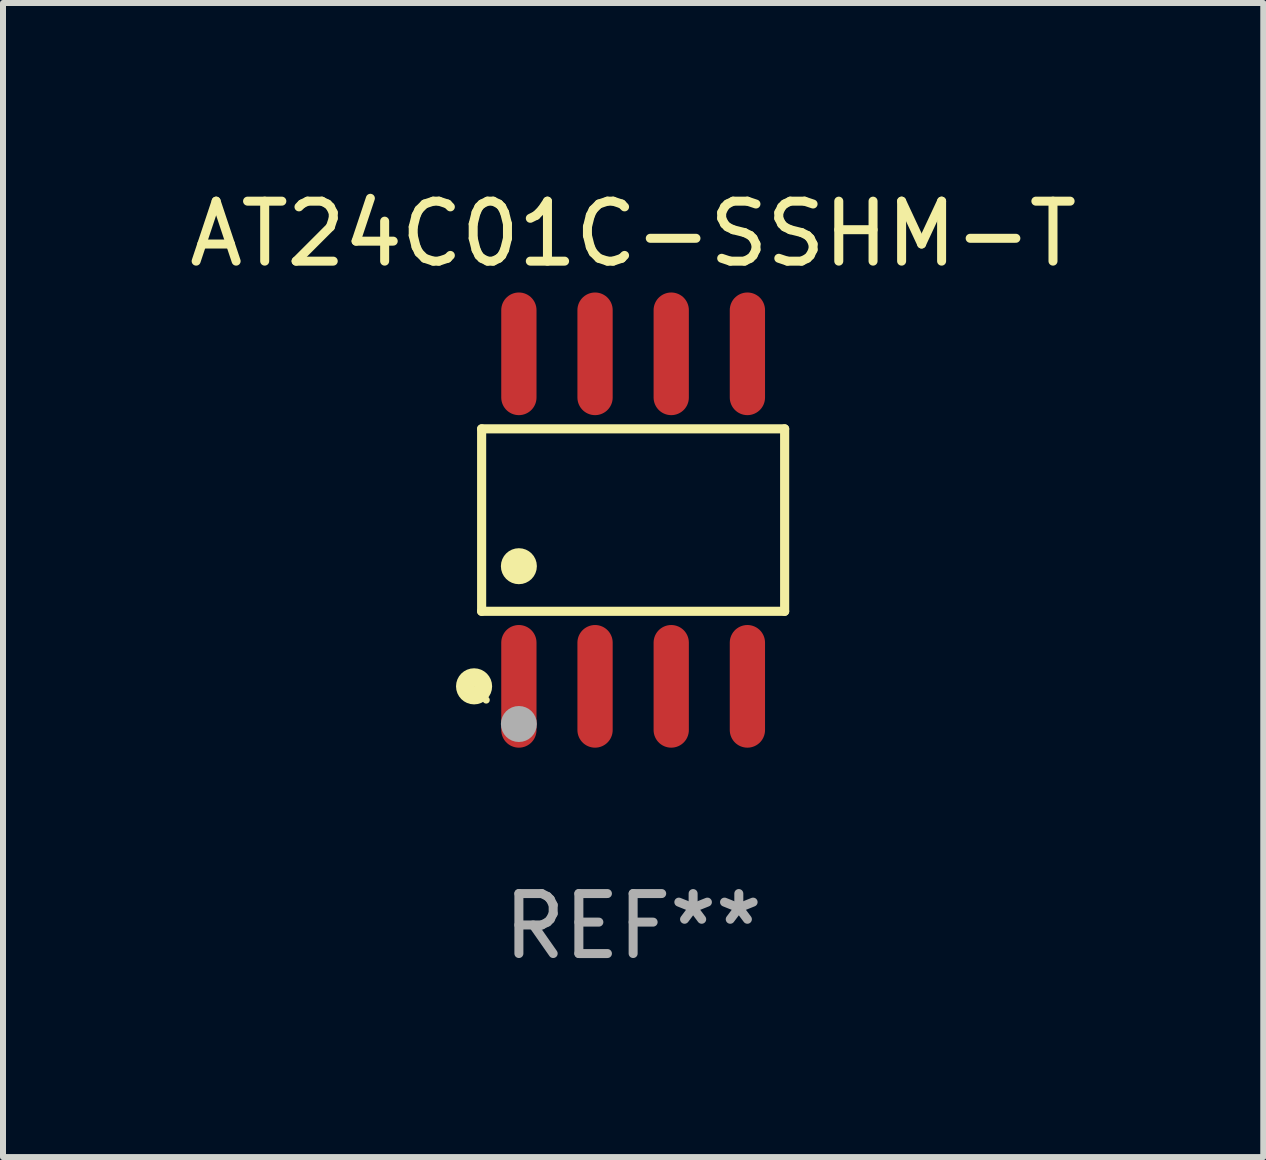
<source format=kicad_pcb>
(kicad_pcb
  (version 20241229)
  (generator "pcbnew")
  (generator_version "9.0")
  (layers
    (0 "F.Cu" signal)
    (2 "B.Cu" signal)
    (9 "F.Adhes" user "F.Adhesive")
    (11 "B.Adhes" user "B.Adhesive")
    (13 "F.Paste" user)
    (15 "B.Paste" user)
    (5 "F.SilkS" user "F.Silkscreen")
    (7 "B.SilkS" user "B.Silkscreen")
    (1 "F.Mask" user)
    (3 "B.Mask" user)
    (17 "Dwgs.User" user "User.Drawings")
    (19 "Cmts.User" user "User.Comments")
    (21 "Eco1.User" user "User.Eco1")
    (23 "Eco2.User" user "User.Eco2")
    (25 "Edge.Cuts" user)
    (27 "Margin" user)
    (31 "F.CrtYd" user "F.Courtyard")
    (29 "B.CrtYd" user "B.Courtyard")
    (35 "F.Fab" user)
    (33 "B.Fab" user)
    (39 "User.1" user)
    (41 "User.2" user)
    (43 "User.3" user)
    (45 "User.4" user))
  (footprint "AT24C01C-SSHM-T"
    (layer "F.Cu")
    (at 7.506 5.621)
    (property "Reference" "AT24C01C-SSHM-T" (at 0 -4.772 0) (layer "F.SilkS") (effects (font (size 1 1) (thickness 0.15))))
    (attr through_hole)
    (fp_line (start -2.526 -1.521) (end 2.526 -1.521) (stroke (width 0.152) (type solid)) (layer "F.SilkS"))
    (fp_line (start -2.526 1.521) (end -2.526 -1.521) (stroke (width 0.152) (type solid)) (layer "F.SilkS"))
    (fp_line (start 2.526 -1.521) (end 2.526 1.521) (stroke (width 0.152) (type solid)) (layer "F.SilkS"))
    (fp_line (start 2.526 1.521) (end -2.526 1.521) (stroke (width 0.152) (type solid)) (layer "F.SilkS"))
    (fp_circle (center -2.652 2.772) (end -2.501 2.772) (stroke (width 0.3) (type solid)) (fill no) (layer "F.SilkS"))
    (fp_circle (center -2.45 3) (end -2.42 3) (stroke (width 0.06) (type solid)) (fill no) (layer "F.SilkS"))
    (fp_circle (center -1.905 0.769) (end -1.755 0.769) (stroke (width 0.3) (type solid)) (fill no) (layer "F.SilkS"))
    (fp_circle (center -1.905 3.4) (end -1.755 3.4) (stroke (width 0.3) (type solid)) (fill no) (layer "F.Fab"))
    (fp_text user "REF**" (at 0 6.772 0) (layer "F.Fab") (effects (font (size 1 1) (thickness 0.15))))
    (pad "1" smd oval (at -1.905 2.772) (size 0.588 2.045) (layers "F.Cu" "F.Mask" "F.Paste"))
    (pad "2" smd oval (at -0.635 2.772) (size 0.588 2.045) (layers "F.Cu" "F.Mask" "F.Paste"))
    (pad "3" smd oval (at 0.635 2.772) (size 0.588 2.045) (layers "F.Cu" "F.Mask" "F.Paste"))
    (pad "4" smd oval (at 1.905 2.772) (size 0.588 2.045) (layers "F.Cu" "F.Mask" "F.Paste"))
    (pad "5" smd oval (at 1.905 -2.772) (size 0.588 2.045) (layers "F.Cu" "F.Mask" "F.Paste"))
    (pad "6" smd oval (at 0.635 -2.772) (size 0.588 2.045) (layers "F.Cu" "F.Mask" "F.Paste"))
    (pad "7" smd oval (at -0.635 -2.772) (size 0.588 2.045) (layers "F.Cu" "F.Mask" "F.Paste"))
    (pad "8" smd oval (at -1.905 -2.772) (size 0.588 2.045) (layers "F.Cu" "F.Mask" "F.Paste")))
  (gr_rect
    (start -3 -3)
    (end 18.012 16.241)
    (stroke (width 0.1) (type default))
    (fill no)
    (layer "Edge.Cuts")))
</source>
